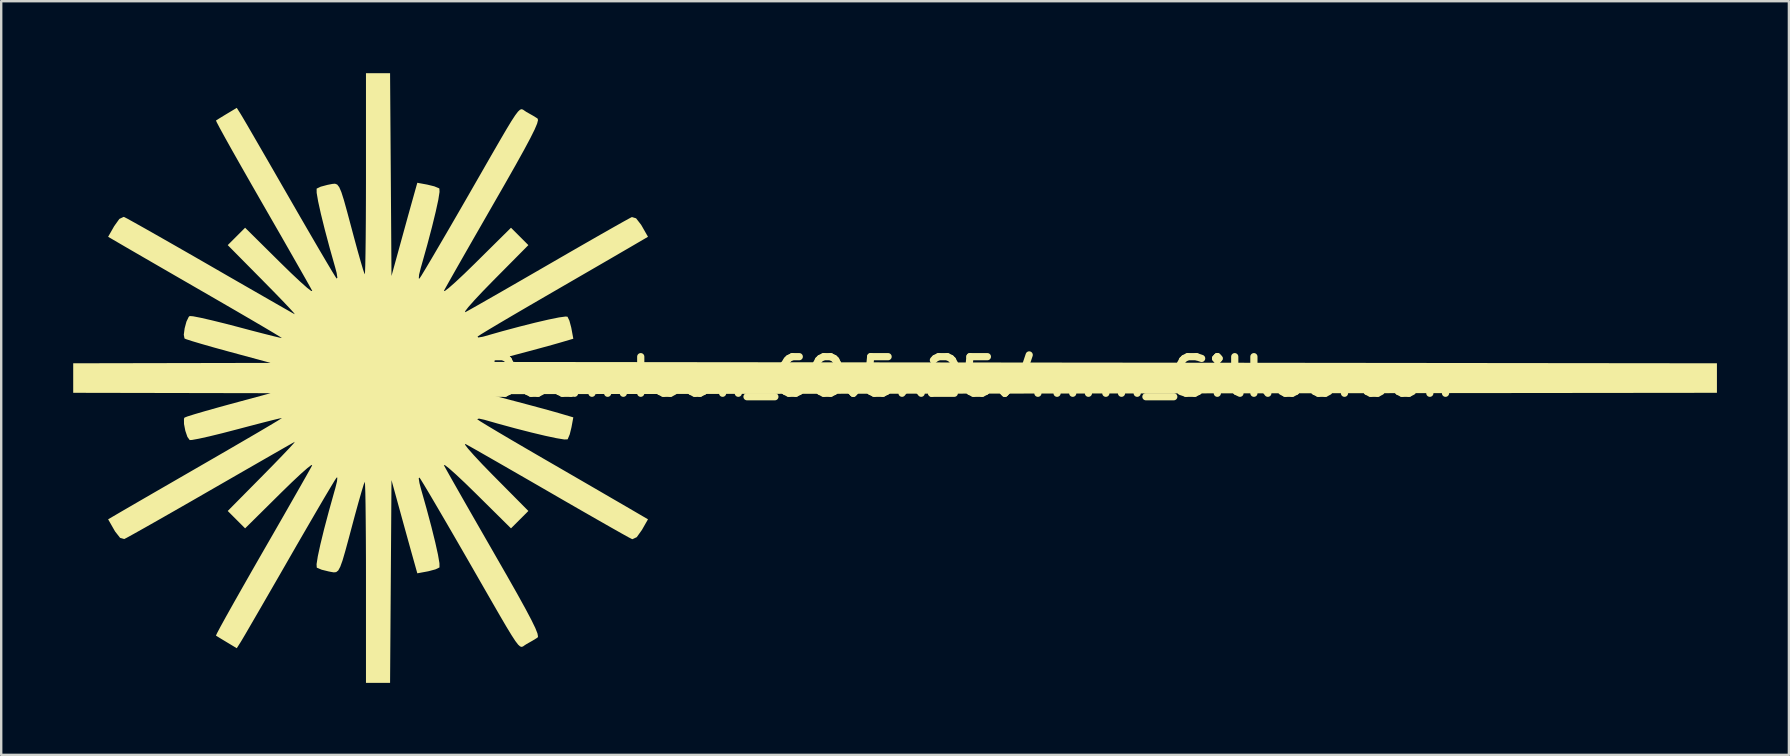
<source format=kicad_pcb>
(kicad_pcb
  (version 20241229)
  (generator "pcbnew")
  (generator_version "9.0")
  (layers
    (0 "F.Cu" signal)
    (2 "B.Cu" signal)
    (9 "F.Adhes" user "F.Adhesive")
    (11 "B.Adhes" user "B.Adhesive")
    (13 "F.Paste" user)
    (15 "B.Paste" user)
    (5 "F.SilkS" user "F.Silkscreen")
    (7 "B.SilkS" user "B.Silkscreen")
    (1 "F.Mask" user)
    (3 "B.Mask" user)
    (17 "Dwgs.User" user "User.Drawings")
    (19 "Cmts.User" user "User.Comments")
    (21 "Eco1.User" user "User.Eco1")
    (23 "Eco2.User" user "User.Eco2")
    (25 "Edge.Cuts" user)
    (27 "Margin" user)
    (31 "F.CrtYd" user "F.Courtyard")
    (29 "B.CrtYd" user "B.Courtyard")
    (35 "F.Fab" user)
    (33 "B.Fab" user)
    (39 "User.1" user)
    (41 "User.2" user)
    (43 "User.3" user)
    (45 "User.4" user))
  (footprint "LaserBeamIcon_68.5x25.4mm_Silkscreen"
    (layer "F.Cu")
    (at 34.24 12.644)
    (property "Reference" "LaserBeamIcon_68.5x25.4mm_Silkscreen" (at 0 0 0) (layer "F.SilkS") (effects (font (size 1.524 1.524) (thickness 0.3))))
    (attr exclude_from_pos_files exclude_from_bom)
    (fp_poly (pts (xy -21.009 -8.42) (xy -20.98 -4.196) (xy -20.61 -5.539) (xy -20.449 -6.123) (xy -20.292 -6.693) (xy -20.157 -7.177) (xy -20.072 -7.48) (xy -19.904 -8.079) (xy -19.491 -8.003) (xy -19.196 -7.931) (xy -19.002 -7.851) (xy -18.985 -7.838) (xy -18.978 -7.697) (xy -19.03 -7.367) (xy -19.137 -6.875) (xy -19.291 -6.244) (xy -19.488 -5.499) (xy -19.721 -4.668) (xy -19.759 -4.536) (xy -19.83 -4.249) (xy -19.843 -4.093) (xy -19.815 -4.089) (xy -19.736 -4.208) (xy -19.56 -4.499) (xy -19.3 -4.936) (xy -18.971 -5.498) (xy -18.585 -6.159) (xy -18.157 -6.898) (xy -17.844 -7.441) (xy -17.293 -8.4) (xy -16.844 -9.183) (xy -16.484 -9.806) (xy -16.203 -10.287) (xy -15.988 -10.642) (xy -15.827 -10.889) (xy -15.71 -11.044) (xy -15.624 -11.124) (xy -15.558 -11.145) (xy -15.5 -11.126) (xy -15.437 -11.082) (xy -15.36 -11.03) (xy -15.354 -11.027) (xy -15.083 -10.874) (xy -14.896 -10.758) (xy -14.875 -10.692) (xy -14.913 -10.543) (xy -15.017 -10.297) (xy -15.196 -9.937) (xy -15.458 -9.447) (xy -15.812 -8.81) (xy -16.266 -8.01) (xy -16.698 -7.258) (xy -17.16 -6.453) (xy -17.592 -5.701) (xy -17.979 -5.024) (xy -18.307 -4.449) (xy -18.562 -3.999) (xy -18.73 -3.698) (xy -18.794 -3.581) (xy -18.765 -3.566) (xy -18.599 -3.692) (xy -18.319 -3.939) (xy -17.946 -4.288) (xy -17.501 -4.721) (xy -17.468 -4.754) (xy -16.001 -6.206) (xy -15.639 -5.844) (xy -15.277 -5.482) (xy -16.73 -4.016) (xy -17.168 -3.567) (xy -17.524 -3.188) (xy -17.779 -2.9) (xy -17.913 -2.726) (xy -17.909 -2.687) (xy -17.903 -2.689) (xy -17.741 -2.778) (xy -17.411 -2.964) (xy -16.937 -3.235) (xy -16.344 -3.574) (xy -15.658 -3.969) (xy -14.904 -4.404) (xy -14.376 -4.709) (xy -13.596 -5.16) (xy -12.874 -5.575) (xy -12.233 -5.942) (xy -11.697 -6.246) (xy -11.29 -6.475) (xy -11.037 -6.614) (xy -10.963 -6.651) (xy -10.79 -6.599) (xy -10.58 -6.329) (xy -10.546 -6.271) (xy -10.294 -5.829) (xy -11.049 -5.388) (xy -11.349 -5.214) (xy -11.807 -4.947) (xy -12.392 -4.608) (xy -13.067 -4.217) (xy -13.799 -3.793) (xy -14.546 -3.36) (xy -15.259 -2.946) (xy -15.911 -2.565) (xy -16.475 -2.233) (xy -16.926 -1.964) (xy -17.238 -1.774) (xy -17.386 -1.678) (xy -17.392 -1.672) (xy -17.37 -1.633) (xy -17.185 -1.663) (xy -17.112 -1.682) (xy -16.367 -1.894) (xy -15.651 -2.086) (xy -14.997 -2.251) (xy -14.437 -2.381) (xy -14.004 -2.469) (xy -13.729 -2.507) (xy -13.647 -2.499) (xy -13.568 -2.335) (xy -13.492 -2.051) (xy -13.481 -1.994) (xy -13.405 -1.582) (xy -13.948 -1.422) (xy -14.285 -1.326) (xy -14.766 -1.194) (xy -15.319 -1.045) (xy -15.721 -0.938) (xy -16.952 -0.615) (xy 34.24 -0.559) (xy 34.24 0.671) (xy -16.952 0.727) (xy -15.721 1.05) (xy -15.161 1.199) (xy -14.621 1.345) (xy -14.173 1.469) (xy -13.948 1.534) (xy -13.405 1.694) (xy -13.481 2.106) (xy -13.553 2.4) (xy -13.634 2.594) (xy -13.647 2.611) (xy -13.782 2.615) (xy -14.099 2.563) (xy -14.567 2.464) (xy -15.154 2.324) (xy -15.826 2.152) (xy -16.552 1.954) (xy -17.112 1.794) (xy -17.333 1.746) (xy -17.405 1.766) (xy -17.392 1.784) (xy -17.271 1.865) (xy -16.982 2.042) (xy -16.551 2.3) (xy -16.002 2.624) (xy -15.362 2.998) (xy -14.657 3.408) (xy -14.546 3.472) (xy -13.791 3.909) (xy -13.059 4.333) (xy -12.385 4.724) (xy -11.802 5.063) (xy -11.344 5.328) (xy -11.049 5.5) (xy -10.294 5.941) (xy -10.546 6.383) (xy -10.762 6.685) (xy -10.94 6.769) (xy -10.963 6.763) (xy -11.097 6.694) (xy -11.4 6.526) (xy -11.849 6.272) (xy -12.419 5.947) (xy -13.088 5.564) (xy -13.83 5.137) (xy -14.376 4.821) (xy -15.162 4.367) (xy -15.897 3.944) (xy -16.554 3.566) (xy -17.11 3.248) (xy -17.538 3.004) (xy -17.815 2.849) (xy -17.903 2.801) (xy -17.918 2.831) (xy -17.792 2.996) (xy -17.545 3.276) (xy -17.196 3.65) (xy -16.763 4.095) (xy -16.73 4.128) (xy -15.277 5.594) (xy -15.639 5.956) (xy -16.001 6.318) (xy -17.468 4.866) (xy -17.917 4.428) (xy -18.296 4.072) (xy -18.583 3.817) (xy -18.757 3.682) (xy -18.797 3.687) (xy -18.794 3.693) (xy -18.706 3.853) (xy -18.521 4.183) (xy -18.251 4.658) (xy -17.912 5.254) (xy -17.516 5.946) (xy -17.077 6.71) (xy -16.698 7.37) (xy -16.159 8.309) (xy -15.727 9.072) (xy -15.394 9.676) (xy -15.15 10.137) (xy -14.988 10.471) (xy -14.899 10.695) (xy -14.875 10.824) (xy -14.896 10.87) (xy -15.105 10.998) (xy -15.354 11.139) (xy -15.433 11.19) (xy -15.496 11.235) (xy -15.554 11.257) (xy -15.62 11.238) (xy -15.704 11.163) (xy -15.819 11.013) (xy -15.976 10.772) (xy -16.188 10.424) (xy -16.465 9.951) (xy -16.819 9.337) (xy -17.263 8.565) (xy -17.807 7.617) (xy -17.844 7.553) (xy -18.293 6.775) (xy -18.709 6.058) (xy -19.079 5.425) (xy -19.388 4.899) (xy -19.624 4.504) (xy -19.772 4.264) (xy -19.815 4.201) (xy -19.846 4.234) (xy -19.814 4.433) (xy -19.759 4.648) (xy -19.521 5.491) (xy -19.318 6.25) (xy -19.157 6.9) (xy -19.043 7.415) (xy -18.982 7.771) (xy -18.98 7.941) (xy -18.985 7.949) (xy -19.149 8.027) (xy -19.433 8.103) (xy -19.491 8.115) (xy -19.904 8.191) (xy -20.072 7.592) (xy -20.17 7.242) (xy -20.308 6.745) (xy -20.467 6.171) (xy -20.61 5.651) (xy -20.98 4.308) (xy -21.039 12.756) (xy -22.043 12.756) (xy -22.043 8.541) (xy -22.044 7.597) (xy -22.048 6.73) (xy -22.054 5.963) (xy -22.061 5.32) (xy -22.07 4.825) (xy -22.081 4.503) (xy -22.092 4.377) (xy -22.093 4.377) (xy -22.139 4.497) (xy -22.229 4.794) (xy -22.353 5.226) (xy -22.498 5.752) (xy -22.547 5.934) (xy -22.748 6.688) (xy -22.902 7.254) (xy -23.019 7.655) (xy -23.115 7.92) (xy -23.199 8.074) (xy -23.286 8.142) (xy -23.388 8.152) (xy -23.516 8.129) (xy -23.594 8.114) (xy -23.887 8.042) (xy -24.079 7.962) (xy -24.094 7.949) (xy -24.101 7.809) (xy -24.049 7.479) (xy -23.942 6.986) (xy -23.788 6.355) (xy -23.591 5.611) (xy -23.359 4.78) (xy -23.321 4.648) (xy -23.25 4.36) (xy -23.236 4.205) (xy -23.265 4.201) (xy -23.344 4.32) (xy -23.52 4.611) (xy -23.78 5.048) (xy -24.109 5.61) (xy -24.494 6.272) (xy -24.922 7.01) (xy -25.234 7.553) (xy -25.686 8.339) (xy -26.109 9.071) (xy -26.487 9.726) (xy -26.807 10.277) (xy -27.053 10.701) (xy -27.213 10.972) (xy -27.263 11.055) (xy -27.426 11.312) (xy -27.84 11.063) (xy -28.102 10.905) (xy -28.269 10.802) (xy -28.293 10.786) (xy -28.248 10.686) (xy -28.104 10.414) (xy -27.872 9.993) (xy -27.565 9.445) (xy -27.195 8.792) (xy -26.776 8.056) (xy -26.379 7.364) (xy -25.916 6.56) (xy -25.485 5.809) (xy -25.099 5.133) (xy -24.771 4.558) (xy -24.516 4.109) (xy -24.348 3.809) (xy -24.285 3.693) (xy -24.315 3.678) (xy -24.48 3.804) (xy -24.76 4.05) (xy -25.133 4.4) (xy -25.578 4.833) (xy -25.611 4.866) (xy -27.078 6.318) (xy -27.44 5.956) (xy -27.802 5.594) (xy -26.349 4.125) (xy -25.899 3.667) (xy -25.518 3.273) (xy -25.227 2.967) (xy -25.05 2.772) (xy -25.008 2.711) (xy -25.008 2.711) (xy -25.128 2.779) (xy -25.419 2.944) (xy -25.859 3.196) (xy -26.423 3.52) (xy -27.09 3.903) (xy -27.837 4.333) (xy -28.533 4.733) (xy -29.333 5.194) (xy -30.076 5.619) (xy -30.739 5.997) (xy -31.297 6.313) (xy -31.729 6.555) (xy -32.01 6.71) (xy -32.114 6.763) (xy -32.287 6.714) (xy -32.495 6.448) (xy -32.533 6.383) (xy -32.785 5.941) (xy -32.142 5.565) (xy -31.881 5.414) (xy -31.457 5.168) (xy -30.901 4.846) (xy -30.242 4.466) (xy -29.512 4.044) (xy -28.741 3.599) (xy -28.511 3.466) (xy -27.773 3.039) (xy -27.103 2.649) (xy -26.523 2.311) (xy -26.058 2.036) (xy -25.73 1.84) (xy -25.562 1.735) (xy -25.545 1.722) (xy -25.655 1.742) (xy -25.946 1.812) (xy -26.381 1.923) (xy -26.925 2.065) (xy -27.414 2.194) (xy -28.029 2.354) (xy -28.573 2.487) (xy -29.006 2.583) (xy -29.291 2.635) (xy -29.386 2.64) (xy -29.482 2.509) (xy -29.569 2.254) (xy -29.624 1.97) (xy -29.626 1.754) (xy -29.603 1.704) (xy -29.479 1.655) (xy -29.176 1.56) (xy -28.732 1.43) (xy -28.185 1.276) (xy -27.778 1.164) (xy -26.015 0.687) (xy -30.128 0.679) (xy -34.24 0.671) (xy -34.24 -0.559) (xy -30.128 -0.567) (xy -26.015 -0.575) (xy -27.778 -1.052) (xy -28.374 -1.216) (xy -28.891 -1.364) (xy -29.293 -1.484) (xy -29.542 -1.565) (xy -29.603 -1.593) (xy -29.633 -1.748) (xy -29.598 -2.014) (xy -29.523 -2.294) (xy -29.428 -2.492) (xy -29.386 -2.528) (xy -29.241 -2.516) (xy -28.919 -2.453) (xy -28.457 -2.347) (xy -27.894 -2.208) (xy -27.414 -2.083) (xy -26.808 -1.922) (xy -26.282 -1.786) (xy -25.874 -1.683) (xy -25.617 -1.622) (xy -25.545 -1.61) (xy -25.633 -1.668) (xy -25.891 -1.825) (xy -26.297 -2.066) (xy -26.828 -2.377) (xy -27.459 -2.745) (xy -28.17 -3.157) (xy -28.511 -3.354) (xy -29.288 -3.803) (xy -30.033 -4.233) (xy -30.716 -4.628) (xy -31.306 -4.969) (xy -31.772 -5.239) (xy -32.084 -5.42) (xy -32.142 -5.454) (xy -32.785 -5.829) (xy -32.533 -6.272) (xy -32.318 -6.573) (xy -32.14 -6.658) (xy -32.114 -6.651) (xy -31.98 -6.582) (xy -31.677 -6.414) (xy -31.226 -6.161) (xy -30.651 -5.835) (xy -29.976 -5.45) (xy -29.223 -5.019) (xy -28.533 -4.622) (xy -27.736 -4.162) (xy -26.998 -3.738) (xy -26.343 -3.362) (xy -25.794 -3.047) (xy -25.372 -2.806) (xy -25.102 -2.652) (xy -25.008 -2.6) (xy -25.047 -2.657) (xy -25.221 -2.849) (xy -25.509 -3.153) (xy -25.889 -3.545) (xy -26.338 -4.001) (xy -26.349 -4.013) (xy -27.802 -5.482) (xy -27.44 -5.844) (xy -27.078 -6.206) (xy -25.611 -4.754) (xy -25.162 -4.316) (xy -24.783 -3.96) (xy -24.496 -3.705) (xy -24.321 -3.57) (xy -24.282 -3.575) (xy -24.284 -3.581) (xy -24.372 -3.741) (xy -24.557 -4.071) (xy -24.827 -4.546) (xy -25.167 -5.142) (xy -25.562 -5.834) (xy -26.001 -6.597) (xy -26.378 -7.253) (xy -26.831 -8.043) (xy -27.245 -8.769) (xy -27.608 -9.41) (xy -27.906 -9.943) (xy -28.127 -10.346) (xy -28.259 -10.597) (xy -28.292 -10.674) (xy -28.181 -10.744) (xy -27.948 -10.887) (xy -27.84 -10.952) (xy -27.426 -11.2) (xy -27.263 -10.943) (xy -27.169 -10.786) (xy -26.978 -10.461) (xy -26.705 -9.99) (xy -26.364 -9.401) (xy -25.969 -8.717) (xy -25.535 -7.963) (xy -25.234 -7.441) (xy -24.786 -6.663) (xy -24.37 -5.946) (xy -24.001 -5.313) (xy -23.691 -4.787) (xy -23.456 -4.392) (xy -23.308 -4.152) (xy -23.265 -4.089) (xy -23.234 -4.122) (xy -23.265 -4.322) (xy -23.321 -4.536) (xy -23.559 -5.379) (xy -23.761 -6.138) (xy -23.922 -6.788) (xy -24.036 -7.303) (xy -24.097 -7.659) (xy -24.099 -7.829) (xy -24.094 -7.838) (xy -23.93 -7.916) (xy -23.647 -7.992) (xy -23.594 -8.002) (xy -23.447 -8.031) (xy -23.334 -8.041) (xy -23.241 -8.005) (xy -23.157 -7.896) (xy -23.068 -7.69) (xy -22.963 -7.359) (xy -22.829 -6.877) (xy -22.653 -6.22) (xy -22.547 -5.822) (xy -22.398 -5.274) (xy -22.266 -4.807) (xy -22.164 -4.463) (xy -22.102 -4.282) (xy -22.093 -4.265) (xy -22.082 -4.361) (xy -22.072 -4.657) (xy -22.063 -5.129) (xy -22.055 -5.753) (xy -22.049 -6.504) (xy -22.045 -7.359) (xy -22.043 -8.293) (xy -22.043 -8.429) (xy -22.043 -12.644) (xy -21.039 -12.644)) (stroke (width 0) (type solid)) (fill yes) (layer "F.SilkS")))
  (gr_rect
    (start -3 -3)
    (end 71.479 28.4)
    (stroke (width 0.1) (type default))
    (fill no)
    (layer "Edge.Cuts")))
</source>
